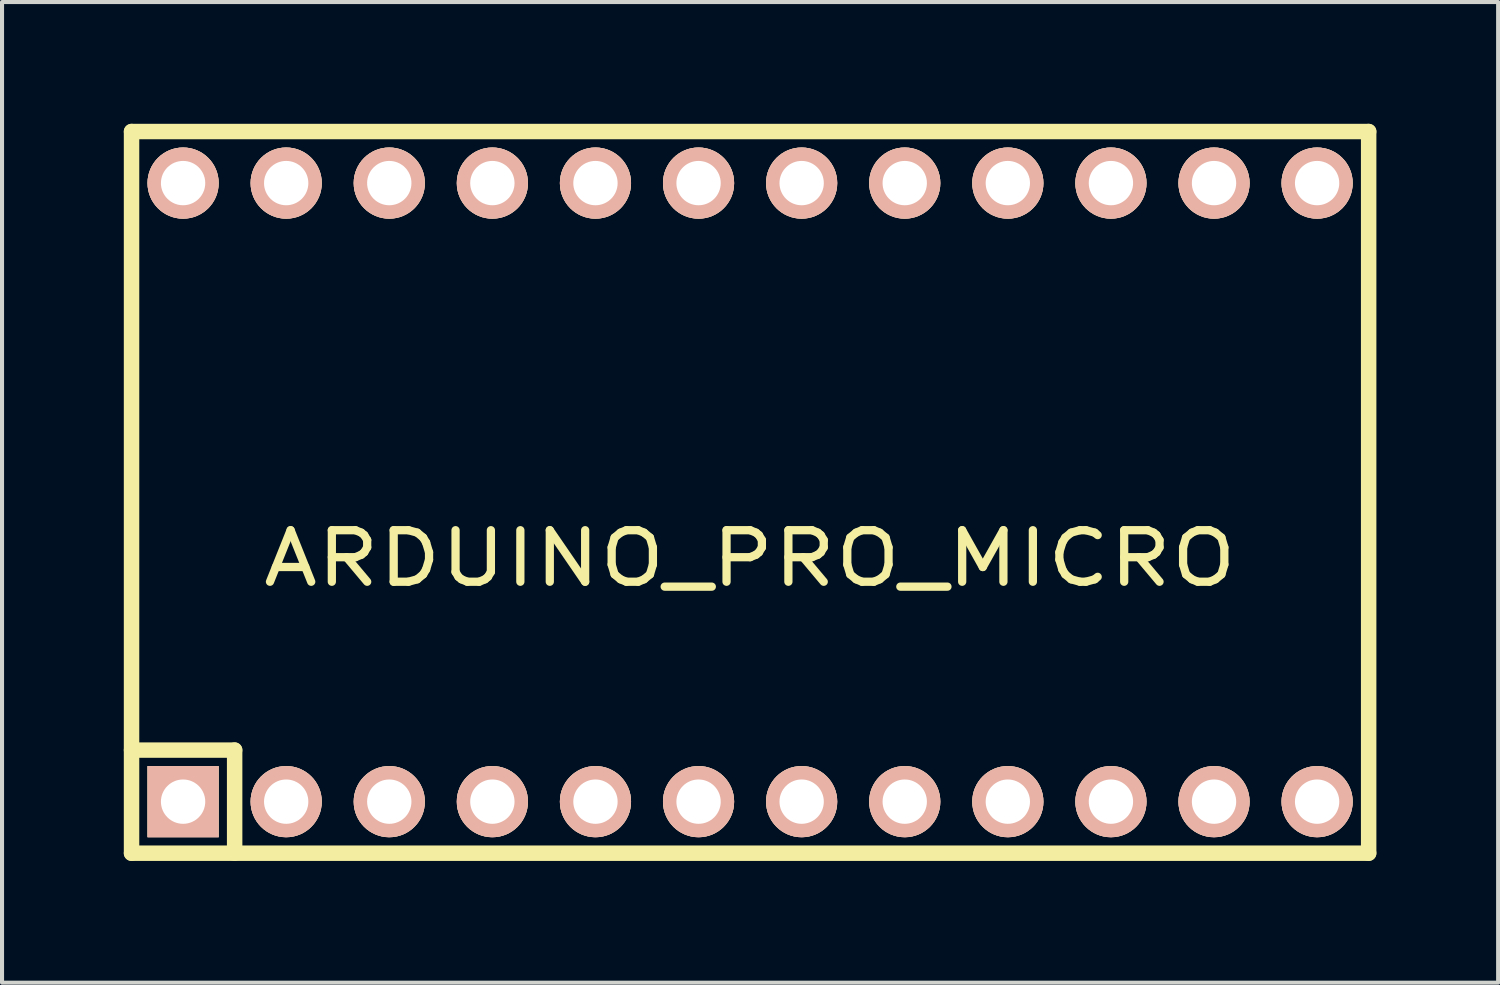
<source format=kicad_pcb>
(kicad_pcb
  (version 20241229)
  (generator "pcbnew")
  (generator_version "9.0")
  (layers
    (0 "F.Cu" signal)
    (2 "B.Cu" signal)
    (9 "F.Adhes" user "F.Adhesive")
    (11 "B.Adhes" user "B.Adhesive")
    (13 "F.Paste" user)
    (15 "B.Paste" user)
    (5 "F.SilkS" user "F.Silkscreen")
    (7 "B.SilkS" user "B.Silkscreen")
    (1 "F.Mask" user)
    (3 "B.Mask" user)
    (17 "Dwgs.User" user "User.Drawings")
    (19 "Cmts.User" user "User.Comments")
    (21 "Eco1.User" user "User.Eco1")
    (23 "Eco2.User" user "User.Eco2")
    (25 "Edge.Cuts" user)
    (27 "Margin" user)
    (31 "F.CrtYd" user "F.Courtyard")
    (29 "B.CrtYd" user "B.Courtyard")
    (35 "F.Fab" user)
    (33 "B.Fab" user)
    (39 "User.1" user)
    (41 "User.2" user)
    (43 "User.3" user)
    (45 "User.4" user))
  (footprint "ARDUINO_PRO_MICRO"
    (layer "F.Cu")
    (at 15.431 9.081)
    (property "Reference" "ARDUINO_PRO_MICRO" (at 0 1.625 0) (layer "F.SilkS") (effects (font (size 1.27 1.524) (thickness 0.203))))
    (attr through_hole)
    (fp_line (start -15.24 -8.89) (end -15.24 8.89) (stroke (width 0.381) (type solid)) (layer "F.SilkS"))
    (fp_line (start -15.24 6.35) (end -12.7 6.35) (stroke (width 0.381) (type solid)) (layer "F.SilkS"))
    (fp_line (start -15.24 8.89) (end 15.24 8.89) (stroke (width 0.381) (type solid)) (layer "F.SilkS"))
    (fp_line (start -12.7 6.35) (end -12.7 8.89) (stroke (width 0.381) (type solid)) (layer "F.SilkS"))
    (fp_line (start 15.24 -8.89) (end -15.24 -8.89) (stroke (width 0.381) (type solid)) (layer "F.SilkS"))
    (fp_line (start 15.24 8.89) (end 15.24 -8.89) (stroke (width 0.381) (type solid)) (layer "F.SilkS"))
    (pad "1" thru_hole rect (at -13.97 7.62) (size 1.753 1.753) (drill 1.092) (layers "*.Cu" "*.SilkS" "*.Mask"))
    (pad "2" thru_hole circle (at -11.43 7.62) (size 1.753 1.753) (drill 1.092) (layers "*.Cu" "*.SilkS" "*.Mask"))
    (pad "3" thru_hole circle (at -8.89 7.62) (size 1.753 1.753) (drill 1.092) (layers "*.Cu" "*.SilkS" "*.Mask"))
    (pad "4" thru_hole circle (at -6.35 7.62) (size 1.753 1.753) (drill 1.092) (layers "*.Cu" "*.SilkS" "*.Mask"))
    (pad "5" thru_hole circle (at -3.81 7.62) (size 1.753 1.753) (drill 1.092) (layers "*.Cu" "*.SilkS" "*.Mask"))
    (pad "6" thru_hole circle (at -1.27 7.62) (size 1.753 1.753) (drill 1.092) (layers "*.Cu" "*.SilkS" "*.Mask"))
    (pad "7" thru_hole circle (at 1.27 7.62) (size 1.753 1.753) (drill 1.092) (layers "*.Cu" "*.SilkS" "*.Mask"))
    (pad "8" thru_hole circle (at 3.81 7.62) (size 1.753 1.753) (drill 1.092) (layers "*.Cu" "*.SilkS" "*.Mask"))
    (pad "9" thru_hole circle (at 6.35 7.62) (size 1.753 1.753) (drill 1.092) (layers "*.Cu" "*.SilkS" "*.Mask"))
    (pad "10" thru_hole circle (at 8.89 7.62) (size 1.753 1.753) (drill 1.092) (layers "*.Cu" "*.SilkS" "*.Mask"))
    (pad "11" thru_hole circle (at 11.43 7.62) (size 1.753 1.753) (drill 1.092) (layers "*.Cu" "*.SilkS" "*.Mask"))
    (pad "12" thru_hole circle (at 13.97 7.62) (size 1.753 1.753) (drill 1.092) (layers "*.Cu" "*.SilkS" "*.Mask"))
    (pad "13" thru_hole circle (at 13.97 -7.62) (size 1.753 1.753) (drill 1.092) (layers "*.Cu" "*.SilkS" "*.Mask"))
    (pad "14" thru_hole circle (at 11.43 -7.62) (size 1.753 1.753) (drill 1.092) (layers "*.Cu" "*.SilkS" "*.Mask"))
    (pad "15" thru_hole circle (at 8.89 -7.62) (size 1.753 1.753) (drill 1.092) (layers "*.Cu" "*.SilkS" "*.Mask"))
    (pad "16" thru_hole circle (at 6.35 -7.62) (size 1.753 1.753) (drill 1.092) (layers "*.Cu" "*.SilkS" "*.Mask"))
    (pad "17" thru_hole circle (at 3.81 -7.62) (size 1.753 1.753) (drill 1.092) (layers "*.Cu" "*.SilkS" "*.Mask"))
    (pad "18" thru_hole circle (at 1.27 -7.62) (size 1.753 1.753) (drill 1.092) (layers "*.Cu" "*.SilkS" "*.Mask"))
    (pad "19" thru_hole circle (at -1.27 -7.62) (size 1.753 1.753) (drill 1.092) (layers "*.Cu" "*.SilkS" "*.Mask"))
    (pad "20" thru_hole circle (at -3.81 -7.62) (size 1.753 1.753) (drill 1.092) (layers "*.Cu" "*.SilkS" "*.Mask"))
    (pad "21" thru_hole circle (at -6.35 -7.62) (size 1.753 1.753) (drill 1.092) (layers "*.Cu" "*.SilkS" "*.Mask"))
    (pad "22" thru_hole circle (at -8.89 -7.62) (size 1.753 1.753) (drill 1.092) (layers "*.Cu" "*.SilkS" "*.Mask"))
    (pad "23" thru_hole circle (at -11.43 -7.62) (size 1.753 1.753) (drill 1.092) (layers "*.Cu" "*.SilkS" "*.Mask"))
    (pad "24" thru_hole circle (at -13.97 -7.62) (size 1.753 1.753) (drill 1.092) (layers "*.Cu" "*.SilkS" "*.Mask")))
  (gr_rect
    (start -3 -3)
    (end 33.861 21.161)
    (stroke (width 0.1) (type default))
    (fill no)
    (layer "Edge.Cuts")))
</source>
